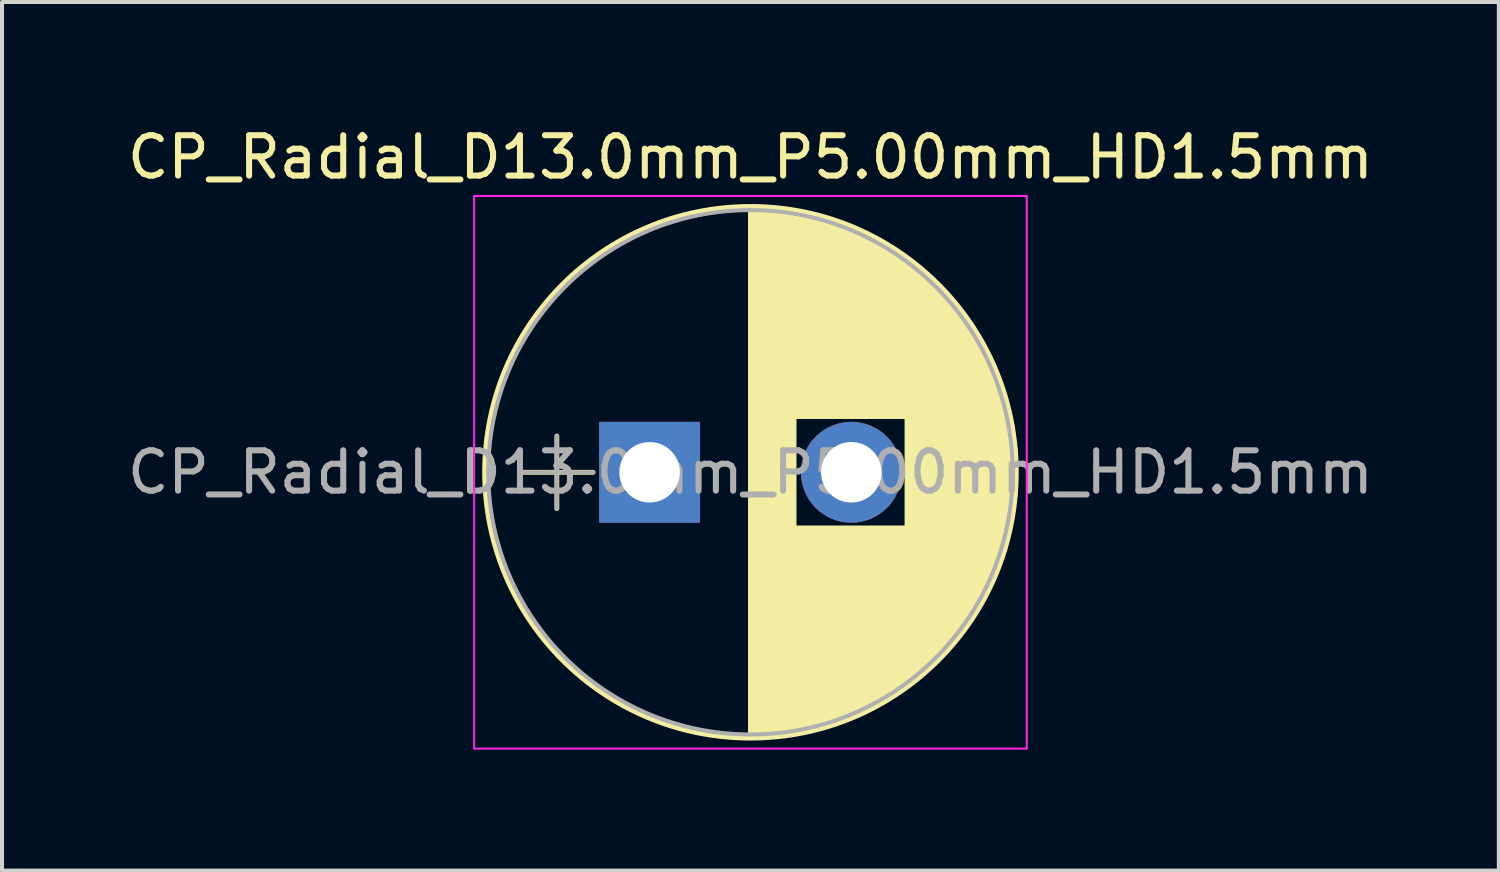
<source format=kicad_pcb>
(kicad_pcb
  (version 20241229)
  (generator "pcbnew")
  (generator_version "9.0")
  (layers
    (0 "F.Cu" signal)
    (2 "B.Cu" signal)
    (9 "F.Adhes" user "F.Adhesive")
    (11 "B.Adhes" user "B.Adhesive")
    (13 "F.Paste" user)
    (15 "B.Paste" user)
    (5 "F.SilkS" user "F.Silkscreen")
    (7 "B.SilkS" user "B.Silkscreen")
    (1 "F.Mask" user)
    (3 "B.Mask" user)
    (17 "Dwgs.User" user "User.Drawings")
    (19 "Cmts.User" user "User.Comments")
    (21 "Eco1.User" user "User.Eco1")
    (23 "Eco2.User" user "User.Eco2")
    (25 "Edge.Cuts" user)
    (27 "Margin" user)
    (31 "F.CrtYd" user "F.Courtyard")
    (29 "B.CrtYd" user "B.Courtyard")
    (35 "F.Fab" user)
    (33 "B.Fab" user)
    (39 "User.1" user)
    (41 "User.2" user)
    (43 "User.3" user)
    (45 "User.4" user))
  (footprint "CP_Radial_D13.0mm_P5.00mm_HD1.5mm"
    (layer "F.Cu")
    (at 13.054 8.658)
    (property "Reference" "CP_Radial_D13.0mm_P5.00mm_HD1.5mm" (at 2.5 -7.81 0) (layer "F.SilkS") (effects (font (size 1 1) (thickness 0.15))))
    (attr through_hole)
    (fp_line (start -3.2 0) (end -1.4 0) (stroke (width 0.12) (type solid)) (layer "F.SilkS"))
    (fp_line (start -2.3 -0.9) (end -2.3 0.9) (stroke (width 0.12) (type solid)) (layer "F.SilkS"))
    (fp_line (start 2.5 -6.55) (end 2.5 6.55) (stroke (width 0.12) (type solid)) (layer "F.SilkS"))
    (fp_line (start 2.54 -6.55) (end 2.54 6.55) (stroke (width 0.12) (type solid)) (layer "F.SilkS"))
    (fp_line (start 2.58 -6.55) (end 2.58 6.55) (stroke (width 0.12) (type solid)) (layer "F.SilkS"))
    (fp_line (start 2.62 -6.549) (end 2.62 6.549) (stroke (width 0.12) (type solid)) (layer "F.SilkS"))
    (fp_line (start 2.66 -6.549) (end 2.66 6.549) (stroke (width 0.12) (type solid)) (layer "F.SilkS"))
    (fp_line (start 2.7 -6.547) (end 2.7 6.547) (stroke (width 0.12) (type solid)) (layer "F.SilkS"))
    (fp_line (start 2.74 -6.546) (end 2.74 6.546) (stroke (width 0.12) (type solid)) (layer "F.SilkS"))
    (fp_line (start 2.78 -6.545) (end 2.78 6.545) (stroke (width 0.12) (type solid)) (layer "F.SilkS"))
    (fp_line (start 2.82 -6.543) (end 2.82 6.543) (stroke (width 0.12) (type solid)) (layer "F.SilkS"))
    (fp_line (start 2.86 -6.541) (end 2.86 6.541) (stroke (width 0.12) (type solid)) (layer "F.SilkS"))
    (fp_line (start 2.9 -6.538) (end 2.9 6.538) (stroke (width 0.12) (type solid)) (layer "F.SilkS"))
    (fp_line (start 2.94 -6.536) (end 2.94 6.536) (stroke (width 0.12) (type solid)) (layer "F.SilkS"))
    (fp_line (start 2.98 -6.533) (end 2.98 6.533) (stroke (width 0.12) (type solid)) (layer "F.SilkS"))
    (fp_line (start 3.02 -6.53) (end 3.02 6.53) (stroke (width 0.12) (type solid)) (layer "F.SilkS"))
    (fp_line (start 3.06 -6.527) (end 3.06 6.527) (stroke (width 0.12) (type solid)) (layer "F.SilkS"))
    (fp_line (start 3.1 -6.523) (end 3.1 6.523) (stroke (width 0.12) (type solid)) (layer "F.SilkS"))
    (fp_line (start 3.14 -6.519) (end 3.14 6.519) (stroke (width 0.12) (type solid)) (layer "F.SilkS"))
    (fp_line (start 3.18 -6.515) (end 3.18 6.515) (stroke (width 0.12) (type solid)) (layer "F.SilkS"))
    (fp_line (start 3.221 -6.511) (end 3.221 6.511) (stroke (width 0.12) (type solid)) (layer "F.SilkS"))
    (fp_line (start 3.261 -6.507) (end 3.261 6.507) (stroke (width 0.12) (type solid)) (layer "F.SilkS"))
    (fp_line (start 3.301 -6.502) (end 3.301 6.502) (stroke (width 0.12) (type solid)) (layer "F.SilkS"))
    (fp_line (start 3.341 -6.497) (end 3.341 6.497) (stroke (width 0.12) (type solid)) (layer "F.SilkS"))
    (fp_line (start 3.381 -6.491) (end 3.381 6.491) (stroke (width 0.12) (type solid)) (layer "F.SilkS"))
    (fp_line (start 3.421 -6.486) (end 3.421 6.486) (stroke (width 0.12) (type solid)) (layer "F.SilkS"))
    (fp_line (start 3.461 -6.48) (end 3.461 6.48) (stroke (width 0.12) (type solid)) (layer "F.SilkS"))
    (fp_line (start 3.501 -6.474) (end 3.501 6.474) (stroke (width 0.12) (type solid)) (layer "F.SilkS"))
    (fp_line (start 3.541 -6.468) (end 3.541 6.468) (stroke (width 0.12) (type solid)) (layer "F.SilkS"))
    (fp_line (start 3.581 -6.461) (end 3.581 6.461) (stroke (width 0.12) (type solid)) (layer "F.SilkS"))
    (fp_line (start 3.621 -6.455) (end 3.621 -1.38) (stroke (width 0.12) (type solid)) (layer "F.SilkS"))
    (fp_line (start 3.621 1.38) (end 3.621 6.455) (stroke (width 0.12) (type solid)) (layer "F.SilkS"))
    (fp_line (start 3.661 -6.448) (end 3.661 -1.38) (stroke (width 0.12) (type solid)) (layer "F.SilkS"))
    (fp_line (start 3.661 1.38) (end 3.661 6.448) (stroke (width 0.12) (type solid)) (layer "F.SilkS"))
    (fp_line (start 3.701 -6.44) (end 3.701 -1.38) (stroke (width 0.12) (type solid)) (layer "F.SilkS"))
    (fp_line (start 3.701 1.38) (end 3.701 6.44) (stroke (width 0.12) (type solid)) (layer "F.SilkS"))
    (fp_line (start 3.741 -6.433) (end 3.741 -1.38) (stroke (width 0.12) (type solid)) (layer "F.SilkS"))
    (fp_line (start 3.741 1.38) (end 3.741 6.433) (stroke (width 0.12) (type solid)) (layer "F.SilkS"))
    (fp_line (start 3.781 -6.425) (end 3.781 -1.38) (stroke (width 0.12) (type solid)) (layer "F.SilkS"))
    (fp_line (start 3.781 1.38) (end 3.781 6.425) (stroke (width 0.12) (type solid)) (layer "F.SilkS"))
    (fp_line (start 3.821 -6.417) (end 3.821 -1.38) (stroke (width 0.12) (type solid)) (layer "F.SilkS"))
    (fp_line (start 3.821 1.38) (end 3.821 6.417) (stroke (width 0.12) (type solid)) (layer "F.SilkS"))
    (fp_line (start 3.861 -6.409) (end 3.861 -1.38) (stroke (width 0.12) (type solid)) (layer "F.SilkS"))
    (fp_line (start 3.861 1.38) (end 3.861 6.409) (stroke (width 0.12) (type solid)) (layer "F.SilkS"))
    (fp_line (start 3.901 -6.4) (end 3.901 -1.38) (stroke (width 0.12) (type solid)) (layer "F.SilkS"))
    (fp_line (start 3.901 1.38) (end 3.901 6.4) (stroke (width 0.12) (type solid)) (layer "F.SilkS"))
    (fp_line (start 3.941 -6.391) (end 3.941 -1.38) (stroke (width 0.12) (type solid)) (layer "F.SilkS"))
    (fp_line (start 3.941 1.38) (end 3.941 6.391) (stroke (width 0.12) (type solid)) (layer "F.SilkS"))
    (fp_line (start 3.981 -6.382) (end 3.981 -1.38) (stroke (width 0.12) (type solid)) (layer "F.SilkS"))
    (fp_line (start 3.981 1.38) (end 3.981 6.382) (stroke (width 0.12) (type solid)) (layer "F.SilkS"))
    (fp_line (start 4.021 -6.373) (end 4.021 -1.38) (stroke (width 0.12) (type solid)) (layer "F.SilkS"))
    (fp_line (start 4.021 1.38) (end 4.021 6.373) (stroke (width 0.12) (type solid)) (layer "F.SilkS"))
    (fp_line (start 4.061 -6.363) (end 4.061 -1.38) (stroke (width 0.12) (type solid)) (layer "F.SilkS"))
    (fp_line (start 4.061 1.38) (end 4.061 6.363) (stroke (width 0.12) (type solid)) (layer "F.SilkS"))
    (fp_line (start 4.101 -6.353) (end 4.101 -1.38) (stroke (width 0.12) (type solid)) (layer "F.SilkS"))
    (fp_line (start 4.101 1.38) (end 4.101 6.353) (stroke (width 0.12) (type solid)) (layer "F.SilkS"))
    (fp_line (start 4.141 -6.343) (end 4.141 -1.38) (stroke (width 0.12) (type solid)) (layer "F.SilkS"))
    (fp_line (start 4.141 1.38) (end 4.141 6.343) (stroke (width 0.12) (type solid)) (layer "F.SilkS"))
    (fp_line (start 4.181 -6.333) (end 4.181 -1.38) (stroke (width 0.12) (type solid)) (layer "F.SilkS"))
    (fp_line (start 4.181 1.38) (end 4.181 6.333) (stroke (width 0.12) (type solid)) (layer "F.SilkS"))
    (fp_line (start 4.221 -6.322) (end 4.221 -1.38) (stroke (width 0.12) (type solid)) (layer "F.SilkS"))
    (fp_line (start 4.221 1.38) (end 4.221 6.322) (stroke (width 0.12) (type solid)) (layer "F.SilkS"))
    (fp_line (start 4.261 -6.311) (end 4.261 -1.38) (stroke (width 0.12) (type solid)) (layer "F.SilkS"))
    (fp_line (start 4.261 1.38) (end 4.261 6.311) (stroke (width 0.12) (type solid)) (layer "F.SilkS"))
    (fp_line (start 4.301 -6.3) (end 4.301 -1.38) (stroke (width 0.12) (type solid)) (layer "F.SilkS"))
    (fp_line (start 4.301 1.38) (end 4.301 6.3) (stroke (width 0.12) (type solid)) (layer "F.SilkS"))
    (fp_line (start 4.341 -6.288) (end 4.341 -1.38) (stroke (width 0.12) (type solid)) (layer "F.SilkS"))
    (fp_line (start 4.341 1.38) (end 4.341 6.288) (stroke (width 0.12) (type solid)) (layer "F.SilkS"))
    (fp_line (start 4.381 -6.277) (end 4.381 -1.38) (stroke (width 0.12) (type solid)) (layer "F.SilkS"))
    (fp_line (start 4.381 1.38) (end 4.381 6.277) (stroke (width 0.12) (type solid)) (layer "F.SilkS"))
    (fp_line (start 4.421 -6.265) (end 4.421 -1.38) (stroke (width 0.12) (type solid)) (layer "F.SilkS"))
    (fp_line (start 4.421 1.38) (end 4.421 6.265) (stroke (width 0.12) (type solid)) (layer "F.SilkS"))
    (fp_line (start 4.461 -6.252) (end 4.461 -1.38) (stroke (width 0.12) (type solid)) (layer "F.SilkS"))
    (fp_line (start 4.461 1.38) (end 4.461 6.252) (stroke (width 0.12) (type solid)) (layer "F.SilkS"))
    (fp_line (start 4.501 -6.24) (end 4.501 -1.38) (stroke (width 0.12) (type solid)) (layer "F.SilkS"))
    (fp_line (start 4.501 1.38) (end 4.501 6.24) (stroke (width 0.12) (type solid)) (layer "F.SilkS"))
    (fp_line (start 4.541 -6.227) (end 4.541 -1.38) (stroke (width 0.12) (type solid)) (layer "F.SilkS"))
    (fp_line (start 4.541 1.38) (end 4.541 6.227) (stroke (width 0.12) (type solid)) (layer "F.SilkS"))
    (fp_line (start 4.581 -6.214) (end 4.581 -1.38) (stroke (width 0.12) (type solid)) (layer "F.SilkS"))
    (fp_line (start 4.581 1.38) (end 4.581 6.214) (stroke (width 0.12) (type solid)) (layer "F.SilkS"))
    (fp_line (start 4.621 -6.2) (end 4.621 -1.38) (stroke (width 0.12) (type solid)) (layer "F.SilkS"))
    (fp_line (start 4.621 1.38) (end 4.621 6.2) (stroke (width 0.12) (type solid)) (layer "F.SilkS"))
    (fp_line (start 4.661 -6.186) (end 4.661 -1.38) (stroke (width 0.12) (type solid)) (layer "F.SilkS"))
    (fp_line (start 4.661 1.38) (end 4.661 6.186) (stroke (width 0.12) (type solid)) (layer "F.SilkS"))
    (fp_line (start 4.701 -6.172) (end 4.701 -1.38) (stroke (width 0.12) (type solid)) (layer "F.SilkS"))
    (fp_line (start 4.701 1.38) (end 4.701 6.172) (stroke (width 0.12) (type solid)) (layer "F.SilkS"))
    (fp_line (start 4.741 -6.158) (end 4.741 -1.38) (stroke (width 0.12) (type solid)) (layer "F.SilkS"))
    (fp_line (start 4.741 1.38) (end 4.741 6.158) (stroke (width 0.12) (type solid)) (layer "F.SilkS"))
    (fp_line (start 4.781 -6.144) (end 4.781 -1.38) (stroke (width 0.12) (type solid)) (layer "F.SilkS"))
    (fp_line (start 4.781 1.38) (end 4.781 6.144) (stroke (width 0.12) (type solid)) (layer "F.SilkS"))
    (fp_line (start 4.821 -6.129) (end 4.821 -1.38) (stroke (width 0.12) (type solid)) (layer "F.SilkS"))
    (fp_line (start 4.821 1.38) (end 4.821 6.129) (stroke (width 0.12) (type solid)) (layer "F.SilkS"))
    (fp_line (start 4.861 -6.113) (end 4.861 -1.38) (stroke (width 0.12) (type solid)) (layer "F.SilkS"))
    (fp_line (start 4.861 1.38) (end 4.861 6.113) (stroke (width 0.12) (type solid)) (layer "F.SilkS"))
    (fp_line (start 4.901 -6.098) (end 4.901 -1.38) (stroke (width 0.12) (type solid)) (layer "F.SilkS"))
    (fp_line (start 4.901 1.38) (end 4.901 6.098) (stroke (width 0.12) (type solid)) (layer "F.SilkS"))
    (fp_line (start 4.941 -6.082) (end 4.941 -1.38) (stroke (width 0.12) (type solid)) (layer "F.SilkS"))
    (fp_line (start 4.941 1.38) (end 4.941 6.082) (stroke (width 0.12) (type solid)) (layer "F.SilkS"))
    (fp_line (start 4.981 -6.066) (end 4.981 -1.38) (stroke (width 0.12) (type solid)) (layer "F.SilkS"))
    (fp_line (start 4.981 1.38) (end 4.981 6.066) (stroke (width 0.12) (type solid)) (layer "F.SilkS"))
    (fp_line (start 5.021 -6.05) (end 5.021 -1.38) (stroke (width 0.12) (type solid)) (layer "F.SilkS"))
    (fp_line (start 5.021 1.38) (end 5.021 6.05) (stroke (width 0.12) (type solid)) (layer "F.SilkS"))
    (fp_line (start 5.061 -6.033) (end 5.061 -1.38) (stroke (width 0.12) (type solid)) (layer "F.SilkS"))
    (fp_line (start 5.061 1.38) (end 5.061 6.033) (stroke (width 0.12) (type solid)) (layer "F.SilkS"))
    (fp_line (start 5.101 -6.016) (end 5.101 -1.38) (stroke (width 0.12) (type solid)) (layer "F.SilkS"))
    (fp_line (start 5.101 1.38) (end 5.101 6.016) (stroke (width 0.12) (type solid)) (layer "F.SilkS"))
    (fp_line (start 5.141 -5.999) (end 5.141 -1.38) (stroke (width 0.12) (type solid)) (layer "F.SilkS"))
    (fp_line (start 5.141 1.38) (end 5.141 5.999) (stroke (width 0.12) (type solid)) (layer "F.SilkS"))
    (fp_line (start 5.181 -5.981) (end 5.181 -1.38) (stroke (width 0.12) (type solid)) (layer "F.SilkS"))
    (fp_line (start 5.181 1.38) (end 5.181 5.981) (stroke (width 0.12) (type solid)) (layer "F.SilkS"))
    (fp_line (start 5.221 -5.963) (end 5.221 -1.38) (stroke (width 0.12) (type solid)) (layer "F.SilkS"))
    (fp_line (start 5.221 1.38) (end 5.221 5.963) (stroke (width 0.12) (type solid)) (layer "F.SilkS"))
    (fp_line (start 5.261 -5.945) (end 5.261 -1.38) (stroke (width 0.12) (type solid)) (layer "F.SilkS"))
    (fp_line (start 5.261 1.38) (end 5.261 5.945) (stroke (width 0.12) (type solid)) (layer "F.SilkS"))
    (fp_line (start 5.301 -5.926) (end 5.301 -1.38) (stroke (width 0.12) (type solid)) (layer "F.SilkS"))
    (fp_line (start 5.301 1.38) (end 5.301 5.926) (stroke (width 0.12) (type solid)) (layer "F.SilkS"))
    (fp_line (start 5.341 -5.907) (end 5.341 -1.38) (stroke (width 0.12) (type solid)) (layer "F.SilkS"))
    (fp_line (start 5.341 1.38) (end 5.341 5.907) (stroke (width 0.12) (type solid)) (layer "F.SilkS"))
    (fp_line (start 5.381 -5.888) (end 5.381 -1.38) (stroke (width 0.12) (type solid)) (layer "F.SilkS"))
    (fp_line (start 5.381 1.38) (end 5.381 5.888) (stroke (width 0.12) (type solid)) (layer "F.SilkS"))
    (fp_line (start 5.421 -5.868) (end 5.421 -1.38) (stroke (width 0.12) (type solid)) (layer "F.SilkS"))
    (fp_line (start 5.421 1.38) (end 5.421 5.868) (stroke (width 0.12) (type solid)) (layer "F.SilkS"))
    (fp_line (start 5.461 -5.848) (end 5.461 -1.38) (stroke (width 0.12) (type solid)) (layer "F.SilkS"))
    (fp_line (start 5.461 1.38) (end 5.461 5.848) (stroke (width 0.12) (type solid)) (layer "F.SilkS"))
    (fp_line (start 5.501 -5.828) (end 5.501 -1.38) (stroke (width 0.12) (type solid)) (layer "F.SilkS"))
    (fp_line (start 5.501 1.38) (end 5.501 5.828) (stroke (width 0.12) (type solid)) (layer "F.SilkS"))
    (fp_line (start 5.541 -5.807) (end 5.541 -1.38) (stroke (width 0.12) (type solid)) (layer "F.SilkS"))
    (fp_line (start 5.541 1.38) (end 5.541 5.807) (stroke (width 0.12) (type solid)) (layer "F.SilkS"))
    (fp_line (start 5.581 -5.786) (end 5.581 -1.38) (stroke (width 0.12) (type solid)) (layer "F.SilkS"))
    (fp_line (start 5.581 1.38) (end 5.581 5.786) (stroke (width 0.12) (type solid)) (layer "F.SilkS"))
    (fp_line (start 5.621 -5.765) (end 5.621 -1.38) (stroke (width 0.12) (type solid)) (layer "F.SilkS"))
    (fp_line (start 5.621 1.38) (end 5.621 5.765) (stroke (width 0.12) (type solid)) (layer "F.SilkS"))
    (fp_line (start 5.661 -5.743) (end 5.661 -1.38) (stroke (width 0.12) (type solid)) (layer "F.SilkS"))
    (fp_line (start 5.661 1.38) (end 5.661 5.743) (stroke (width 0.12) (type solid)) (layer "F.SilkS"))
    (fp_line (start 5.701 -5.721) (end 5.701 -1.38) (stroke (width 0.12) (type solid)) (layer "F.SilkS"))
    (fp_line (start 5.701 1.38) (end 5.701 5.721) (stroke (width 0.12) (type solid)) (layer "F.SilkS"))
    (fp_line (start 5.741 -5.699) (end 5.741 -1.38) (stroke (width 0.12) (type solid)) (layer "F.SilkS"))
    (fp_line (start 5.741 1.38) (end 5.741 5.699) (stroke (width 0.12) (type solid)) (layer "F.SilkS"))
    (fp_line (start 5.781 -5.676) (end 5.781 -1.38) (stroke (width 0.12) (type solid)) (layer "F.SilkS"))
    (fp_line (start 5.781 1.38) (end 5.781 5.676) (stroke (width 0.12) (type solid)) (layer "F.SilkS"))
    (fp_line (start 5.821 -5.653) (end 5.821 -1.38) (stroke (width 0.12) (type solid)) (layer "F.SilkS"))
    (fp_line (start 5.821 1.38) (end 5.821 5.653) (stroke (width 0.12) (type solid)) (layer "F.SilkS"))
    (fp_line (start 5.861 -5.63) (end 5.861 -1.38) (stroke (width 0.12) (type solid)) (layer "F.SilkS"))
    (fp_line (start 5.861 1.38) (end 5.861 5.63) (stroke (width 0.12) (type solid)) (layer "F.SilkS"))
    (fp_line (start 5.901 -5.606) (end 5.901 -1.38) (stroke (width 0.12) (type solid)) (layer "F.SilkS"))
    (fp_line (start 5.901 1.38) (end 5.901 5.606) (stroke (width 0.12) (type solid)) (layer "F.SilkS"))
    (fp_line (start 5.941 -5.581) (end 5.941 -1.38) (stroke (width 0.12) (type solid)) (layer "F.SilkS"))
    (fp_line (start 5.941 1.38) (end 5.941 5.581) (stroke (width 0.12) (type solid)) (layer "F.SilkS"))
    (fp_line (start 5.981 -5.557) (end 5.981 -1.38) (stroke (width 0.12) (type solid)) (layer "F.SilkS"))
    (fp_line (start 5.981 1.38) (end 5.981 5.557) (stroke (width 0.12) (type solid)) (layer "F.SilkS"))
    (fp_line (start 6.021 -5.532) (end 6.021 -1.38) (stroke (width 0.12) (type solid)) (layer "F.SilkS"))
    (fp_line (start 6.021 1.38) (end 6.021 5.532) (stroke (width 0.12) (type solid)) (layer "F.SilkS"))
    (fp_line (start 6.061 -5.506) (end 6.061 -1.38) (stroke (width 0.12) (type solid)) (layer "F.SilkS"))
    (fp_line (start 6.061 1.38) (end 6.061 5.506) (stroke (width 0.12) (type solid)) (layer "F.SilkS"))
    (fp_line (start 6.101 -5.48) (end 6.101 -1.38) (stroke (width 0.12) (type solid)) (layer "F.SilkS"))
    (fp_line (start 6.101 1.38) (end 6.101 5.48) (stroke (width 0.12) (type solid)) (layer "F.SilkS"))
    (fp_line (start 6.141 -5.454) (end 6.141 -1.38) (stroke (width 0.12) (type solid)) (layer "F.SilkS"))
    (fp_line (start 6.141 1.38) (end 6.141 5.454) (stroke (width 0.12) (type solid)) (layer "F.SilkS"))
    (fp_line (start 6.181 -5.427) (end 6.181 -1.38) (stroke (width 0.12) (type solid)) (layer "F.SilkS"))
    (fp_line (start 6.181 1.38) (end 6.181 5.427) (stroke (width 0.12) (type solid)) (layer "F.SilkS"))
    (fp_line (start 6.221 -5.4) (end 6.221 -1.38) (stroke (width 0.12) (type solid)) (layer "F.SilkS"))
    (fp_line (start 6.221 1.38) (end 6.221 5.4) (stroke (width 0.12) (type solid)) (layer "F.SilkS"))
    (fp_line (start 6.261 -5.373) (end 6.261 -1.38) (stroke (width 0.12) (type solid)) (layer "F.SilkS"))
    (fp_line (start 6.261 1.38) (end 6.261 5.373) (stroke (width 0.12) (type solid)) (layer "F.SilkS"))
    (fp_line (start 6.301 -5.345) (end 6.301 -1.38) (stroke (width 0.12) (type solid)) (layer "F.SilkS"))
    (fp_line (start 6.301 1.38) (end 6.301 5.345) (stroke (width 0.12) (type solid)) (layer "F.SilkS"))
    (fp_line (start 6.341 -5.316) (end 6.341 -1.38) (stroke (width 0.12) (type solid)) (layer "F.SilkS"))
    (fp_line (start 6.341 1.38) (end 6.341 5.316) (stroke (width 0.12) (type solid)) (layer "F.SilkS"))
    (fp_line (start 6.381 -5.287) (end 6.381 5.287) (stroke (width 0.12) (type solid)) (layer "F.SilkS"))
    (fp_line (start 6.421 -5.258) (end 6.421 5.258) (stroke (width 0.12) (type solid)) (layer "F.SilkS"))
    (fp_line (start 6.461 -5.228) (end 6.461 5.228) (stroke (width 0.12) (type solid)) (layer "F.SilkS"))
    (fp_line (start 6.501 -5.198) (end 6.501 5.198) (stroke (width 0.12) (type solid)) (layer "F.SilkS"))
    (fp_line (start 6.541 -5.167) (end 6.541 5.167) (stroke (width 0.12) (type solid)) (layer "F.SilkS"))
    (fp_line (start 6.581 -5.136) (end 6.581 5.136) (stroke (width 0.12) (type solid)) (layer "F.SilkS"))
    (fp_line (start 6.621 -5.104) (end 6.621 5.104) (stroke (width 0.12) (type solid)) (layer "F.SilkS"))
    (fp_line (start 6.661 -5.072) (end 6.661 5.072) (stroke (width 0.12) (type solid)) (layer "F.SilkS"))
    (fp_line (start 6.701 -5.039) (end 6.701 5.039) (stroke (width 0.12) (type solid)) (layer "F.SilkS"))
    (fp_line (start 6.741 -5.005) (end 6.741 5.005) (stroke (width 0.12) (type solid)) (layer "F.SilkS"))
    (fp_line (start 6.781 -4.971) (end 6.781 4.971) (stroke (width 0.12) (type solid)) (layer "F.SilkS"))
    (fp_line (start 6.821 -4.937) (end 6.821 4.937) (stroke (width 0.12) (type solid)) (layer "F.SilkS"))
    (fp_line (start 6.861 -4.902) (end 6.861 4.902) (stroke (width 0.12) (type solid)) (layer "F.SilkS"))
    (fp_line (start 6.901 -4.866) (end 6.901 4.866) (stroke (width 0.12) (type solid)) (layer "F.SilkS"))
    (fp_line (start 6.941 -4.83) (end 6.941 4.83) (stroke (width 0.12) (type solid)) (layer "F.SilkS"))
    (fp_line (start 6.981 -4.793) (end 6.981 4.793) (stroke (width 0.12) (type solid)) (layer "F.SilkS"))
    (fp_line (start 7.021 -4.756) (end 7.021 4.756) (stroke (width 0.12) (type solid)) (layer "F.SilkS"))
    (fp_line (start 7.061 -4.718) (end 7.061 4.718) (stroke (width 0.12) (type solid)) (layer "F.SilkS"))
    (fp_line (start 7.101 -4.679) (end 7.101 4.679) (stroke (width 0.12) (type solid)) (layer "F.SilkS"))
    (fp_line (start 7.141 -4.64) (end 7.141 4.64) (stroke (width 0.12) (type solid)) (layer "F.SilkS"))
    (fp_line (start 7.181 -4.6) (end 7.181 4.6) (stroke (width 0.12) (type solid)) (layer "F.SilkS"))
    (fp_line (start 7.221 -4.559) (end 7.221 4.559) (stroke (width 0.12) (type solid)) (layer "F.SilkS"))
    (fp_line (start 7.261 -4.518) (end 7.261 4.518) (stroke (width 0.12) (type solid)) (layer "F.SilkS"))
    (fp_line (start 7.301 -4.476) (end 7.301 4.476) (stroke (width 0.12) (type solid)) (layer "F.SilkS"))
    (fp_line (start 7.341 -4.433) (end 7.341 4.433) (stroke (width 0.12) (type solid)) (layer "F.SilkS"))
    (fp_line (start 7.381 -4.389) (end 7.381 4.389) (stroke (width 0.12) (type solid)) (layer "F.SilkS"))
    (fp_line (start 7.421 -4.345) (end 7.421 4.345) (stroke (width 0.12) (type solid)) (layer "F.SilkS"))
    (fp_line (start 7.461 -4.299) (end 7.461 4.299) (stroke (width 0.12) (type solid)) (layer "F.SilkS"))
    (fp_line (start 7.501 -4.253) (end 7.501 4.253) (stroke (width 0.12) (type solid)) (layer "F.SilkS"))
    (fp_line (start 7.541 -4.206) (end 7.541 4.206) (stroke (width 0.12) (type solid)) (layer "F.SilkS"))
    (fp_line (start 7.581 -4.158) (end 7.581 4.158) (stroke (width 0.12) (type solid)) (layer "F.SilkS"))
    (fp_line (start 7.621 -4.109) (end 7.621 4.109) (stroke (width 0.12) (type solid)) (layer "F.SilkS"))
    (fp_line (start 7.661 -4.06) (end 7.661 4.06) (stroke (width 0.12) (type solid)) (layer "F.SilkS"))
    (fp_line (start 7.701 -4.009) (end 7.701 4.009) (stroke (width 0.12) (type solid)) (layer "F.SilkS"))
    (fp_line (start 7.741 -3.957) (end 7.741 3.957) (stroke (width 0.12) (type solid)) (layer "F.SilkS"))
    (fp_line (start 7.781 -3.904) (end 7.781 3.904) (stroke (width 0.12) (type solid)) (layer "F.SilkS"))
    (fp_line (start 7.821 -3.85) (end 7.821 3.85) (stroke (width 0.12) (type solid)) (layer "F.SilkS"))
    (fp_line (start 7.861 -3.794) (end 7.861 3.794) (stroke (width 0.12) (type solid)) (layer "F.SilkS"))
    (fp_line (start 7.901 -3.738) (end 7.901 3.738) (stroke (width 0.12) (type solid)) (layer "F.SilkS"))
    (fp_line (start 7.941 -3.68) (end 7.941 3.68) (stroke (width 0.12) (type solid)) (layer "F.SilkS"))
    (fp_line (start 7.981 -3.621) (end 7.981 3.621) (stroke (width 0.12) (type solid)) (layer "F.SilkS"))
    (fp_line (start 8.021 -3.56) (end 8.021 3.56) (stroke (width 0.12) (type solid)) (layer "F.SilkS"))
    (fp_line (start 8.061 -3.498) (end 8.061 3.498) (stroke (width 0.12) (type solid)) (layer "F.SilkS"))
    (fp_line (start 8.101 -3.434) (end 8.101 3.434) (stroke (width 0.12) (type solid)) (layer "F.SilkS"))
    (fp_line (start 8.141 -3.369) (end 8.141 3.369) (stroke (width 0.12) (type solid)) (layer "F.SilkS"))
    (fp_line (start 8.181 -3.302) (end 8.181 3.302) (stroke (width 0.12) (type solid)) (layer "F.SilkS"))
    (fp_line (start 8.221 -3.233) (end 8.221 3.233) (stroke (width 0.12) (type solid)) (layer "F.SilkS"))
    (fp_line (start 8.261 -3.162) (end 8.261 3.162) (stroke (width 0.12) (type solid)) (layer "F.SilkS"))
    (fp_line (start 8.301 -3.089) (end 8.301 3.089) (stroke (width 0.12) (type solid)) (layer "F.SilkS"))
    (fp_line (start 8.341 -3.014) (end 8.341 3.014) (stroke (width 0.12) (type solid)) (layer "F.SilkS"))
    (fp_line (start 8.381 -2.936) (end 8.381 2.936) (stroke (width 0.12) (type solid)) (layer "F.SilkS"))
    (fp_line (start 8.421 -2.856) (end 8.421 2.856) (stroke (width 0.12) (type solid)) (layer "F.SilkS"))
    (fp_line (start 8.461 -2.772) (end 8.461 2.772) (stroke (width 0.12) (type solid)) (layer "F.SilkS"))
    (fp_line (start 8.501 -2.686) (end 8.501 2.686) (stroke (width 0.12) (type solid)) (layer "F.SilkS"))
    (fp_line (start 8.541 -2.596) (end 8.541 2.596) (stroke (width 0.12) (type solid)) (layer "F.SilkS"))
    (fp_line (start 8.581 -2.502) (end 8.581 2.502) (stroke (width 0.12) (type solid)) (layer "F.SilkS"))
    (fp_line (start 8.621 -2.405) (end 8.621 2.405) (stroke (width 0.12) (type solid)) (layer "F.SilkS"))
    (fp_line (start 8.661 -2.302) (end 8.661 2.302) (stroke (width 0.12) (type solid)) (layer "F.SilkS"))
    (fp_line (start 8.701 -2.194) (end 8.701 2.194) (stroke (width 0.12) (type solid)) (layer "F.SilkS"))
    (fp_line (start 8.741 -2.08) (end 8.741 2.08) (stroke (width 0.12) (type solid)) (layer "F.SilkS"))
    (fp_line (start 8.781 -1.958) (end 8.781 1.958) (stroke (width 0.12) (type solid)) (layer "F.SilkS"))
    (fp_line (start 8.821 -1.828) (end 8.821 1.828) (stroke (width 0.12) (type solid)) (layer "F.SilkS"))
    (fp_line (start 8.861 -1.686) (end 8.861 1.686) (stroke (width 0.12) (type solid)) (layer "F.SilkS"))
    (fp_line (start 8.901 -1.532) (end 8.901 1.532) (stroke (width 0.12) (type solid)) (layer "F.SilkS"))
    (fp_line (start 8.941 -1.359) (end 8.941 1.359) (stroke (width 0.12) (type solid)) (layer "F.SilkS"))
    (fp_line (start 8.981 -1.16) (end 8.981 1.16) (stroke (width 0.12) (type solid)) (layer "F.SilkS"))
    (fp_line (start 9.021 -0.918) (end 9.021 0.918) (stroke (width 0.12) (type solid)) (layer "F.SilkS"))
    (fp_line (start 9.061 -0.589) (end 9.061 0.589) (stroke (width 0.12) (type solid)) (layer "F.SilkS"))
    (fp_circle (center 2.5 0) (end 9.09 0) (stroke (width 0.12) (type solid)) (fill no) (layer "F.SilkS"))
    (fp_line (start -4.35 -6.85) (end -4.35 6.85) (stroke (width 0.05) (type solid)) (layer "F.CrtYd"))
    (fp_line (start -4.35 6.85) (end 9.35 6.85) (stroke (width 0.05) (type solid)) (layer "F.CrtYd"))
    (fp_line (start 9.35 -6.85) (end -4.35 -6.85) (stroke (width 0.05) (type solid)) (layer "F.CrtYd"))
    (fp_line (start 9.35 6.85) (end 9.35 -6.85) (stroke (width 0.05) (type solid)) (layer "F.CrtYd"))
    (fp_line (start -3.2 0) (end -1.4 0) (stroke (width 0.1) (type solid)) (layer "F.Fab"))
    (fp_line (start -2.3 -0.9) (end -2.3 0.9) (stroke (width 0.1) (type solid)) (layer "F.Fab"))
    (fp_circle (center 2.5 0) (end 9 0) (stroke (width 0.1) (type solid)) (fill no) (layer "F.Fab"))
    (fp_text user "${REFERENCE}" (at 2.5 0 0) (layer "F.Fab") (effects (font (size 1 1) (thickness 0.15))))
    (pad "1" thru_hole rect (at 0 0) (size 2.5 2.5) (drill 1.5) (layers "*.Cu" "*.Mask"))
    (pad "2" thru_hole circle (at 5 0) (size 2.5 2.5) (drill 1.5) (layers "*.Cu" "*.Mask")))
  (gr_rect
    (start -3 -3)
    (end 34.107 18.533)
    (stroke (width 0.1) (type default))
    (fill no)
    (layer "Edge.Cuts")))
</source>
